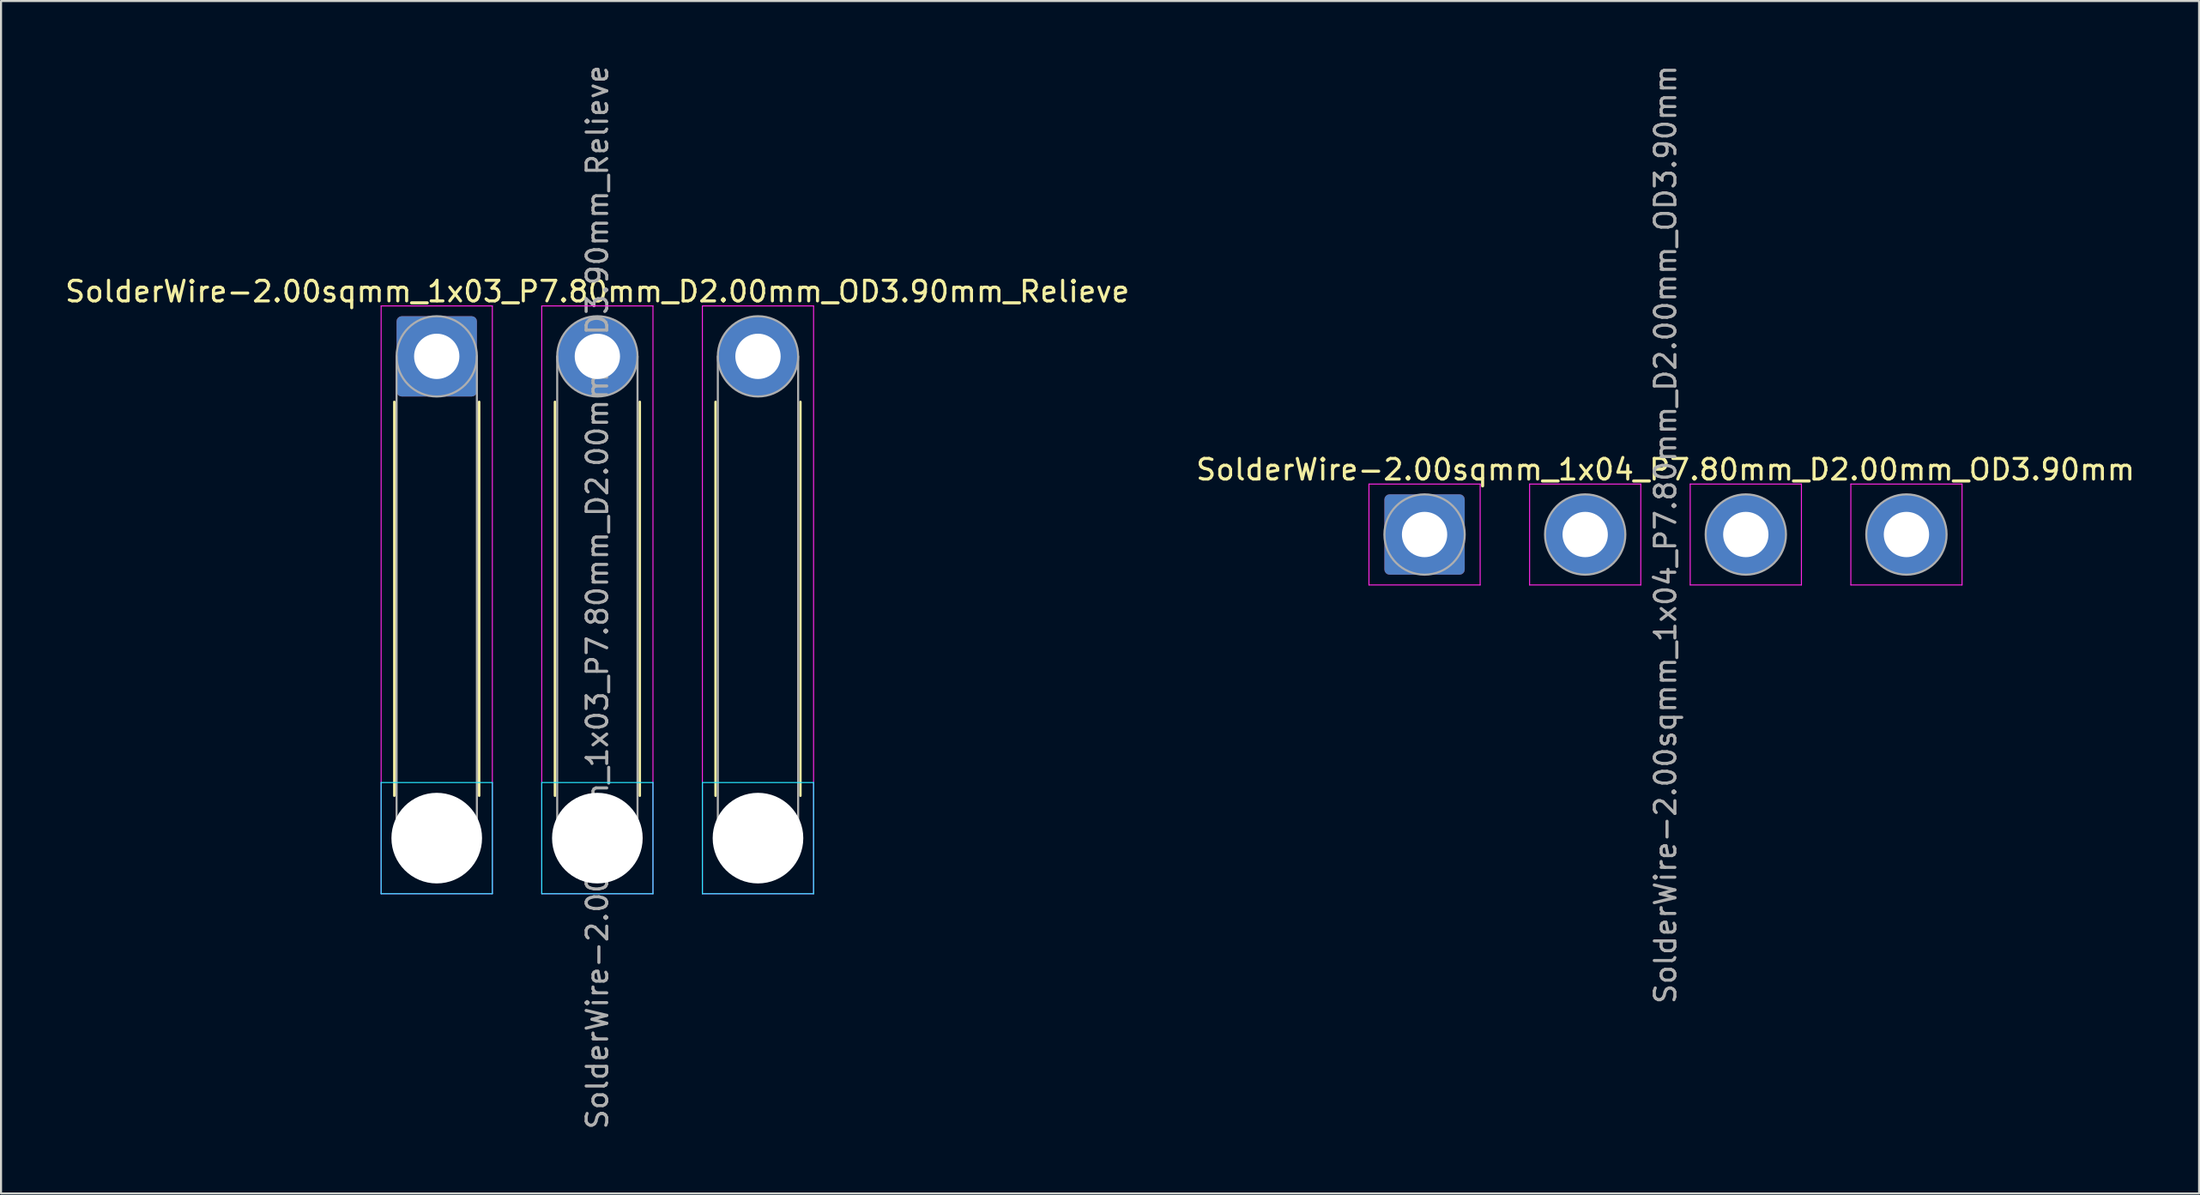
<source format=kicad_pcb>
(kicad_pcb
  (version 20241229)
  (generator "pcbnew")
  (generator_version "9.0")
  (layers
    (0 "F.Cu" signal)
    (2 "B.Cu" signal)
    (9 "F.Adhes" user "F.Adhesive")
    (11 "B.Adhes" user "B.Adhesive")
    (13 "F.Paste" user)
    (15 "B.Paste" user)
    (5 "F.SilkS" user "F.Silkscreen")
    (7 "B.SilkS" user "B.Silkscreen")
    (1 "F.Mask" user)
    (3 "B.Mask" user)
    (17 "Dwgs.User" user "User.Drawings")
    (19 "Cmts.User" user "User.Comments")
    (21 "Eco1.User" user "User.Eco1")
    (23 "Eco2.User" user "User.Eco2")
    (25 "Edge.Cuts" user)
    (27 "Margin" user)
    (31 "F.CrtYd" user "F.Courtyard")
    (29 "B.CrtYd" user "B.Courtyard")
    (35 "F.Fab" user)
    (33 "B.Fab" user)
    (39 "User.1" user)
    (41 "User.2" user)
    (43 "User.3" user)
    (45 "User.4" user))
  (footprint "SolderWire-2.00sqmm_1x03_P7.80mm_D2.00mm_OD3.90mm_Relieve"
    (layer "F.Cu")
    (at 18.158 14.258)
    (property "Reference" "SolderWire-2.00sqmm_1x03_P7.80mm_D2.00mm_OD3.90mm_Relieve" (at 7.8 -3.15 0) (layer "F.SilkS") (effects (font (size 1 1) (thickness 0.15))))
    (attr exclude_from_pos_files exclude_from_bom)
    (fp_line (start -2.06 2.21) (end -2.06 21.34) (stroke (width 0.12) (type solid)) (layer "F.SilkS"))
    (fp_line (start 2.06 2.21) (end 2.06 21.34) (stroke (width 0.12) (type solid)) (layer "F.SilkS"))
    (fp_line (start 5.74 2.21) (end 5.74 21.34) (stroke (width 0.12) (type solid)) (layer "F.SilkS"))
    (fp_line (start 9.86 2.21) (end 9.86 21.34) (stroke (width 0.12) (type solid)) (layer "F.SilkS"))
    (fp_line (start 13.54 2.21) (end 13.54 21.34) (stroke (width 0.12) (type solid)) (layer "F.SilkS"))
    (fp_line (start 17.66 2.21) (end 17.66 21.34) (stroke (width 0.12) (type solid)) (layer "F.SilkS"))
    (fp_line (start -2.7 20.7) (end -2.7 26.1) (stroke (width 0.05) (type solid)) (layer "B.CrtYd"))
    (fp_line (start -2.7 26.1) (end 2.7 26.1) (stroke (width 0.05) (type solid)) (layer "B.CrtYd"))
    (fp_line (start 2.7 20.7) (end -2.7 20.7) (stroke (width 0.05) (type solid)) (layer "B.CrtYd"))
    (fp_line (start 2.7 26.1) (end 2.7 20.7) (stroke (width 0.05) (type solid)) (layer "B.CrtYd"))
    (fp_line (start 5.1 20.7) (end 5.1 26.1) (stroke (width 0.05) (type solid)) (layer "B.CrtYd"))
    (fp_line (start 5.1 26.1) (end 10.5 26.1) (stroke (width 0.05) (type solid)) (layer "B.CrtYd"))
    (fp_line (start 10.5 20.7) (end 5.1 20.7) (stroke (width 0.05) (type solid)) (layer "B.CrtYd"))
    (fp_line (start 10.5 26.1) (end 10.5 20.7) (stroke (width 0.05) (type solid)) (layer "B.CrtYd"))
    (fp_line (start 12.9 20.7) (end 12.9 26.1) (stroke (width 0.05) (type solid)) (layer "B.CrtYd"))
    (fp_line (start 12.9 26.1) (end 18.3 26.1) (stroke (width 0.05) (type solid)) (layer "B.CrtYd"))
    (fp_line (start 18.3 20.7) (end 12.9 20.7) (stroke (width 0.05) (type solid)) (layer "B.CrtYd"))
    (fp_line (start 18.3 26.1) (end 18.3 20.7) (stroke (width 0.05) (type solid)) (layer "B.CrtYd"))
    (fp_line (start -2.7 -2.45) (end -2.7 26.1) (stroke (width 0.05) (type solid)) (layer "F.CrtYd"))
    (fp_line (start -2.7 26.1) (end 2.7 26.1) (stroke (width 0.05) (type solid)) (layer "F.CrtYd"))
    (fp_line (start 2.7 -2.45) (end -2.7 -2.45) (stroke (width 0.05) (type solid)) (layer "F.CrtYd"))
    (fp_line (start 2.7 26.1) (end 2.7 -2.45) (stroke (width 0.05) (type solid)) (layer "F.CrtYd"))
    (fp_line (start 5.1 -2.45) (end 5.1 26.1) (stroke (width 0.05) (type solid)) (layer "F.CrtYd"))
    (fp_line (start 5.1 26.1) (end 10.5 26.1) (stroke (width 0.05) (type solid)) (layer "F.CrtYd"))
    (fp_line (start 10.5 -2.45) (end 5.1 -2.45) (stroke (width 0.05) (type solid)) (layer "F.CrtYd"))
    (fp_line (start 10.5 26.1) (end 10.5 -2.45) (stroke (width 0.05) (type solid)) (layer "F.CrtYd"))
    (fp_line (start 12.9 -2.45) (end 12.9 26.1) (stroke (width 0.05) (type solid)) (layer "F.CrtYd"))
    (fp_line (start 12.9 26.1) (end 18.3 26.1) (stroke (width 0.05) (type solid)) (layer "F.CrtYd"))
    (fp_line (start 18.3 -2.45) (end 12.9 -2.45) (stroke (width 0.05) (type solid)) (layer "F.CrtYd"))
    (fp_line (start 18.3 26.1) (end 18.3 -2.45) (stroke (width 0.05) (type solid)) (layer "F.CrtYd"))
    (fp_line (start -1.95 0) (end -1.95 23.4) (stroke (width 0.1) (type solid)) (layer "F.Fab"))
    (fp_line (start 1.95 0) (end 1.95 23.4) (stroke (width 0.1) (type solid)) (layer "F.Fab"))
    (fp_line (start 5.85 0) (end 5.85 23.4) (stroke (width 0.1) (type solid)) (layer "F.Fab"))
    (fp_line (start 9.75 0) (end 9.75 23.4) (stroke (width 0.1) (type solid)) (layer "F.Fab"))
    (fp_line (start 13.65 0) (end 13.65 23.4) (stroke (width 0.1) (type solid)) (layer "F.Fab"))
    (fp_line (start 17.55 0) (end 17.55 23.4) (stroke (width 0.1) (type solid)) (layer "F.Fab"))
    (fp_circle (center 0 0) (end 1.95 0) (stroke (width 0.1) (type solid)) (fill no) (layer "F.Fab"))
    (fp_circle (center 0 23.4) (end 1.95 23.4) (stroke (width 0.1) (type solid)) (fill no) (layer "F.Fab"))
    (fp_circle (center 7.8 0) (end 9.75 0) (stroke (width 0.1) (type solid)) (fill no) (layer "F.Fab"))
    (fp_circle (center 7.8 23.4) (end 9.75 23.4) (stroke (width 0.1) (type solid)) (fill no) (layer "F.Fab"))
    (fp_circle (center 15.6 0) (end 17.55 0) (stroke (width 0.1) (type solid)) (fill no) (layer "F.Fab"))
    (fp_circle (center 15.6 23.4) (end 17.55 23.4) (stroke (width 0.1) (type solid)) (fill no) (layer "F.Fab"))
    (fp_text user "${REFERENCE}" (at 7.8 11.7 90) (layer "F.Fab") (effects (font (size 1 1) (thickness 0.15))))
    (pad "" np_thru_hole circle (at 0 23.4) (size 4.4 4.4) (drill 4.4) (layers "*.Cu" "*.Mask"))
    (pad "" np_thru_hole circle (at 7.8 23.4) (size 4.4 4.4) (drill 4.4) (layers "*.Cu" "*.Mask"))
    (pad "" np_thru_hole circle (at 15.6 23.4) (size 4.4 4.4) (drill 4.4) (layers "*.Cu" "*.Mask"))
    (pad "1" thru_hole roundrect (at 0 0) (size 3.9 3.9) (drill 2.2) (layers "*.Cu" "*.Mask") (roundrect_rratio 0.064))
    (pad "2" thru_hole circle (at 7.8 0) (size 3.9 3.9) (drill 2.2) (layers "*.Cu" "*.Mask"))
    (pad "3" thru_hole circle (at 15.6 0) (size 3.9 3.9) (drill 2.2) (layers "*.Cu" "*.Mask")))
  (footprint "SolderWire-2.00sqmm_1x04_P7.80mm_D2.00mm_OD3.90mm"
    (layer "F.Cu")
    (at 66.127 22.911)
    (property "Reference" "SolderWire-2.00sqmm_1x04_P7.80mm_D2.00mm_OD3.90mm" (at 11.7 -3.15 0) (layer "F.SilkS") (effects (font (size 1 1) (thickness 0.15))))
    (attr exclude_from_pos_files exclude_from_bom)
    (fp_line (start -2.7 -2.45) (end -2.7 2.45) (stroke (width 0.05) (type solid)) (layer "F.CrtYd"))
    (fp_line (start -2.7 2.45) (end 2.7 2.45) (stroke (width 0.05) (type solid)) (layer "F.CrtYd"))
    (fp_line (start 2.7 -2.45) (end -2.7 -2.45) (stroke (width 0.05) (type solid)) (layer "F.CrtYd"))
    (fp_line (start 2.7 2.45) (end 2.7 -2.45) (stroke (width 0.05) (type solid)) (layer "F.CrtYd"))
    (fp_line (start 5.1 -2.45) (end 5.1 2.45) (stroke (width 0.05) (type solid)) (layer "F.CrtYd"))
    (fp_line (start 5.1 2.45) (end 10.5 2.45) (stroke (width 0.05) (type solid)) (layer "F.CrtYd"))
    (fp_line (start 10.5 -2.45) (end 5.1 -2.45) (stroke (width 0.05) (type solid)) (layer "F.CrtYd"))
    (fp_line (start 10.5 2.45) (end 10.5 -2.45) (stroke (width 0.05) (type solid)) (layer "F.CrtYd"))
    (fp_line (start 12.9 -2.45) (end 12.9 2.45) (stroke (width 0.05) (type solid)) (layer "F.CrtYd"))
    (fp_line (start 12.9 2.45) (end 18.3 2.45) (stroke (width 0.05) (type solid)) (layer "F.CrtYd"))
    (fp_line (start 18.3 -2.45) (end 12.9 -2.45) (stroke (width 0.05) (type solid)) (layer "F.CrtYd"))
    (fp_line (start 18.3 2.45) (end 18.3 -2.45) (stroke (width 0.05) (type solid)) (layer "F.CrtYd"))
    (fp_line (start 20.7 -2.45) (end 20.7 2.45) (stroke (width 0.05) (type solid)) (layer "F.CrtYd"))
    (fp_line (start 20.7 2.45) (end 26.1 2.45) (stroke (width 0.05) (type solid)) (layer "F.CrtYd"))
    (fp_line (start 26.1 -2.45) (end 20.7 -2.45) (stroke (width 0.05) (type solid)) (layer "F.CrtYd"))
    (fp_line (start 26.1 2.45) (end 26.1 -2.45) (stroke (width 0.05) (type solid)) (layer "F.CrtYd"))
    (fp_circle (center 0 0) (end 1.95 0) (stroke (width 0.1) (type solid)) (fill no) (layer "F.Fab"))
    (fp_circle (center 7.8 0) (end 9.75 0) (stroke (width 0.1) (type solid)) (fill no) (layer "F.Fab"))
    (fp_circle (center 15.6 0) (end 17.55 0) (stroke (width 0.1) (type solid)) (fill no) (layer "F.Fab"))
    (fp_circle (center 23.4 0) (end 25.35 0) (stroke (width 0.1) (type solid)) (fill no) (layer "F.Fab"))
    (fp_text user "${REFERENCE}" (at 11.7 0 90) (layer "F.Fab") (effects (font (size 1 1) (thickness 0.15))))
    (pad "1" thru_hole roundrect (at 0 0) (size 3.9 3.9) (drill 2.2) (layers "*.Cu" "*.Mask") (roundrect_rratio 0.064))
    (pad "2" thru_hole circle (at 7.8 0) (size 3.9 3.9) (drill 2.2) (layers "*.Cu" "*.Mask"))
    (pad "3" thru_hole circle (at 15.6 0) (size 3.9 3.9) (drill 2.2) (layers "*.Cu" "*.Mask"))
    (pad "4" thru_hole circle (at 23.4 0) (size 3.9 3.9) (drill 2.2) (layers "*.Cu" "*.Mask")))
  (gr_rect
    (start -3 -3)
    (end 103.738 54.917)
    (stroke (width 0.1) (type default))
    (fill no)
    (layer "Edge.Cuts")))
</source>
